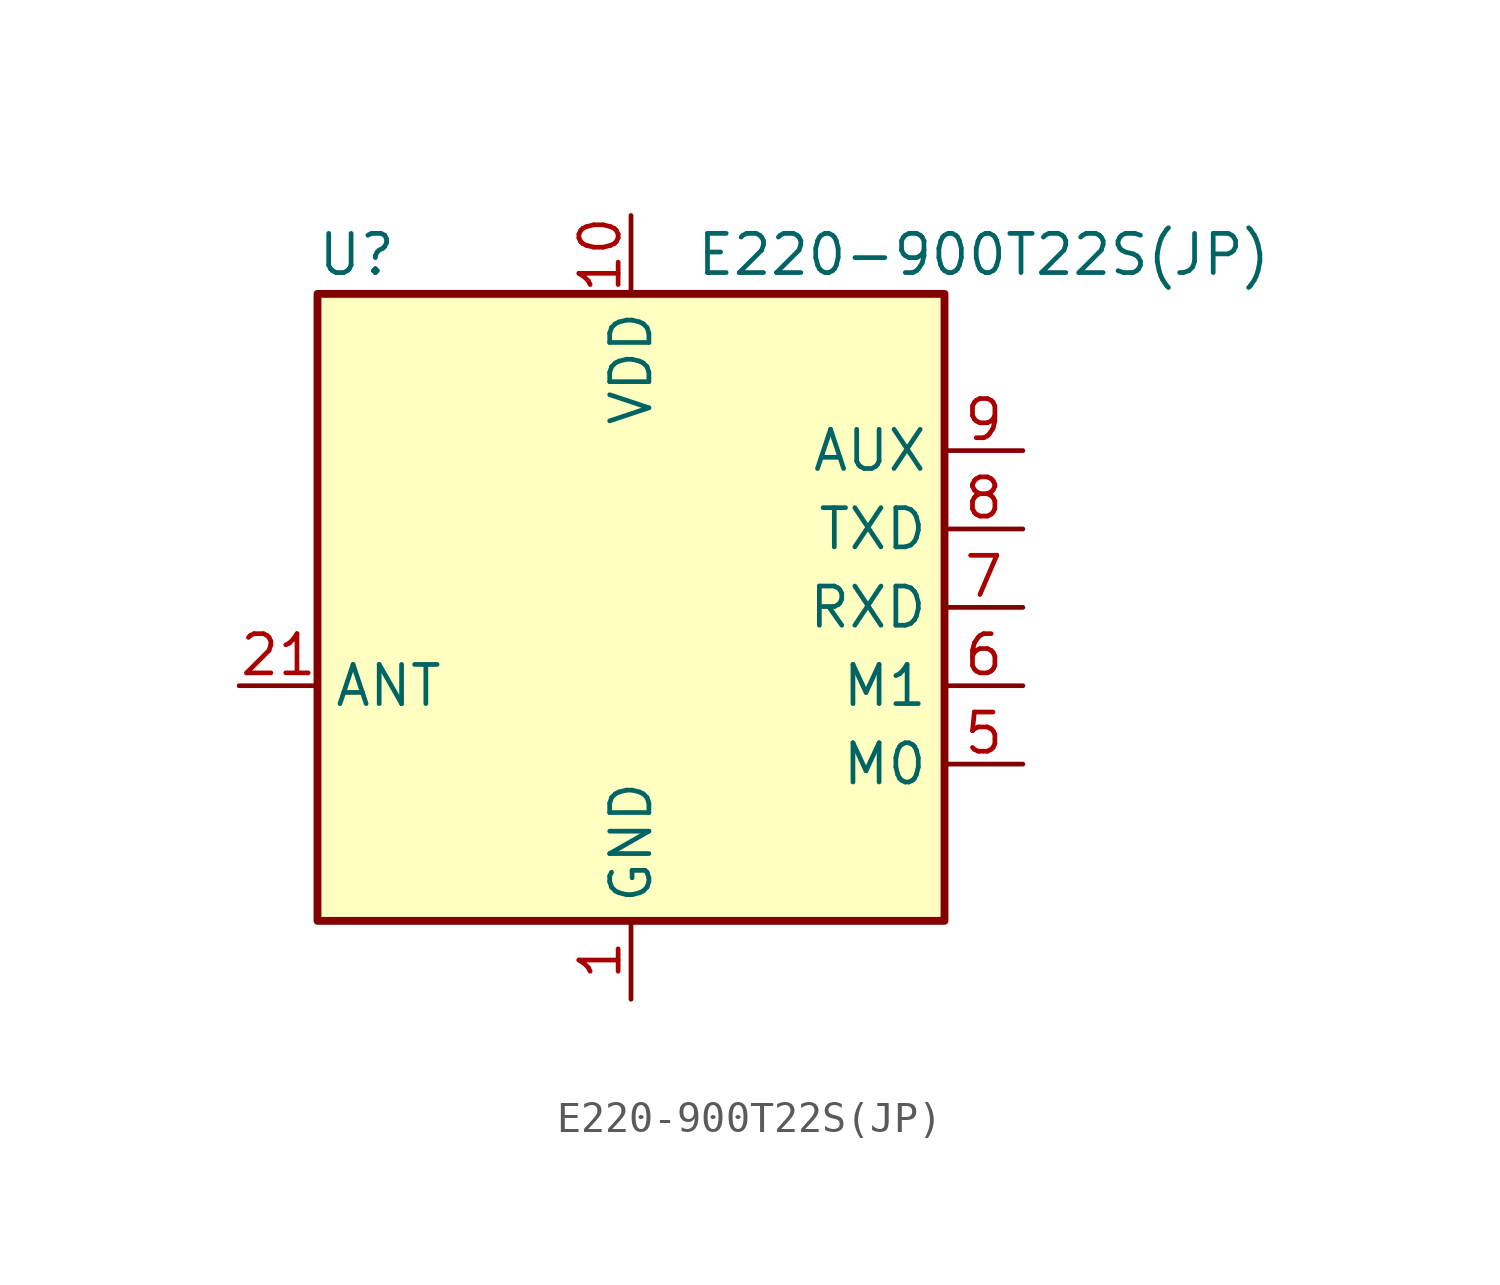
<source format=kicad_sym>
(kicad_symbol_lib
  (version 20220914)
  (generator kicad_symbol_editor)
  (symbol "E220-900T22S(JP)"
    (property "Reference" "U"
      (at -8.89 11.43 0)
      (effects (font (size 1.27 1.27))))
    (property "Value" "E220-900T22S(JP)"
      (at 11.43 11.43 0)
      (effects (font (size 1.27 1.27))))
    (symbol "E220-900T22S(JP)_0_1"
      (rectangle (start -10.16 10.16) (end 10.16 -10.16) (stroke (width 0.254) (type default)) (fill (type background))))
    (symbol "E220-900T22S(JP)_1_1"
      (pin power_in line (at 0 -12.7 90) (length 2.54) (name "GND" (effects (font (size 1.27 1.27)))) (number "1" (effects (font (size 1.27 1.27)))))
      (pin power_in line (at 0 12.7 270) (length 2.54) (name "VDD" (effects (font (size 1.27 1.27)))) (number "10" (effects (font (size 1.27 1.27)))))
      (pin passive line (at 0 -12.7 90) (length 2.54) hide (name "GND" (effects (font (size 1.27 1.27)))) (number "11" (effects (font (size 1.27 1.27)))))
      (pin passive line (at 0 -12.7 90) (length 2.54) hide (name "GND" (effects (font (size 1.27 1.27)))) (number "13" (effects (font (size 1.27 1.27)))))
      (pin passive line (at 0 -12.7 90) (length 2.54) hide (name "GND" (effects (font (size 1.27 1.27)))) (number "19" (effects (font (size 1.27 1.27)))))
      (pin passive line (at 0 -12.7 90) (length 2.54) hide (name "GND" (effects (font (size 1.27 1.27)))) (number "2" (effects (font (size 1.27 1.27)))))
      (pin passive line (at 0 -12.7 90) (length 2.54) hide (name "GND" (effects (font (size 1.27 1.27)))) (number "20" (effects (font (size 1.27 1.27)))))
      (pin power_in line (at -12.7 -2.54 0) (length 2.54) (name "ANT" (effects (font (size 1.27 1.27)))) (number "21" (effects (font (size 1.27 1.27)))))
      (pin passive line (at 0 -12.7 90) (length 2.54) hide (name "GND" (effects (font (size 1.27 1.27)))) (number "22" (effects (font (size 1.27 1.27)))))
      (pin passive line (at 0 -12.7 90) (length 2.54) hide (name "GND" (effects (font (size 1.27 1.27)))) (number "3" (effects (font (size 1.27 1.27)))))
      (pin passive line (at 0 -12.7 90) (length 2.54) hide (name "GND" (effects (font (size 1.27 1.27)))) (number "4" (effects (font (size 1.27 1.27)))))
      (pin input line (at 12.7 -5.08 180) (length 2.54) (name "M0" (effects (font (size 1.27 1.27)))) (number "5" (effects (font (size 1.27 1.27)))))
      (pin input line (at 12.7 -2.54 180) (length 2.54) (name "M1" (effects (font (size 1.27 1.27)))) (number "6" (effects (font (size 1.27 1.27)))))
      (pin input line (at 12.7 0 180) (length 2.54) (name "RXD" (effects (font (size 1.27 1.27)))) (number "7" (effects (font (size 1.27 1.27)))))
      (pin output line (at 12.7 2.54 180) (length 2.54) (name "TXD" (effects (font (size 1.27 1.27)))) (number "8" (effects (font (size 1.27 1.27)))))
      (pin output line (at 12.7 5.08 180) (length 2.54) (name "AUX" (effects (font (size 1.27 1.27)))) (number "9" (effects (font (size 1.27 1.27))))))))
</source>
